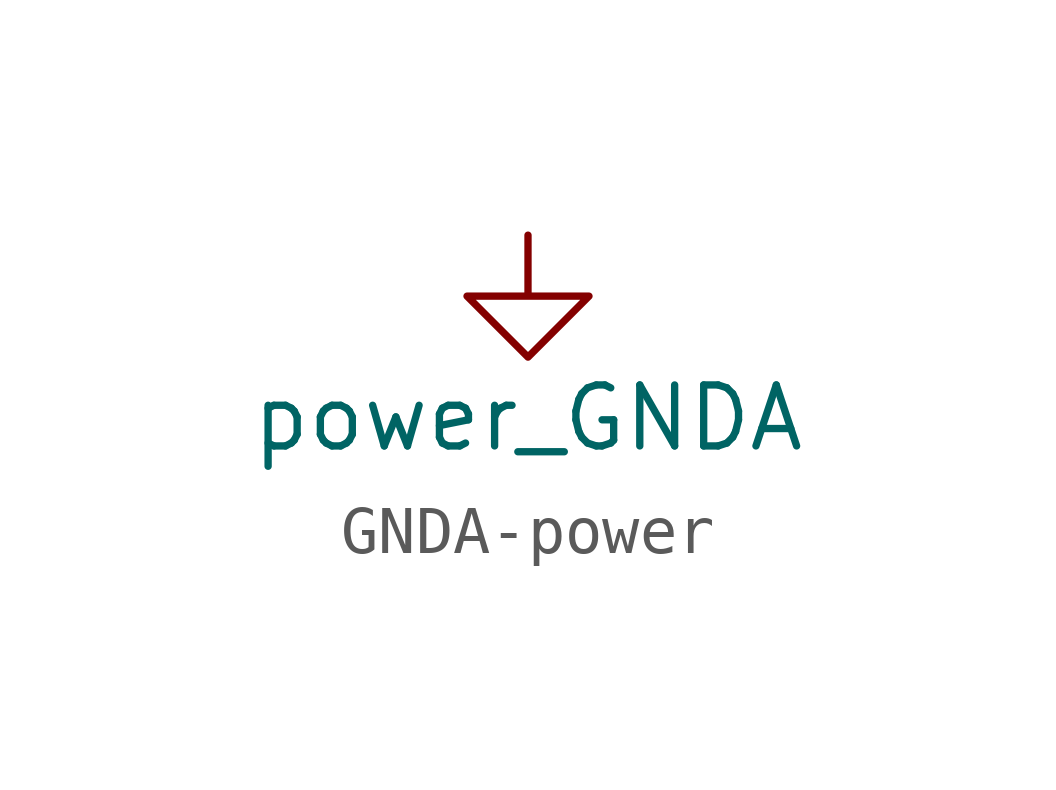
<source format=kicad_sym>
(kicad_symbol_lib
  (version 20231120)
  (generator "kicad_symbol_editor")
  (generator_version "8.0")
  (symbol "GNDA-power"
    (power)
    (pin_names
      (offset 0))
    (property "Reference" "#PWR"
      (at 0 -6.35 0)
      (effects (font (size 1.27 1.27)) (hide yes)))
    (property "Value" "power_GNDA"
      (at 0 -3.81 0)
      (effects (font (size 1.27 1.27))))
    (symbol "GNDA-power_0_1"
      (polyline (pts (xy 0 0) (xy 0 -1.27) (xy 1.27 -1.27) (xy 0 -2.54) (xy -1.27 -1.27) (xy 0 -1.27)) (stroke (width 0) (type solid)) (fill (type none))))
    (symbol "GNDA-power_1_1"
      (pin power_in line (at 0 0 270) (length 0) hide (name "GNDA" (effects (font (size 1.27 1.27)))) (number "1" (effects (font (size 1.27 1.27))))))))
</source>
